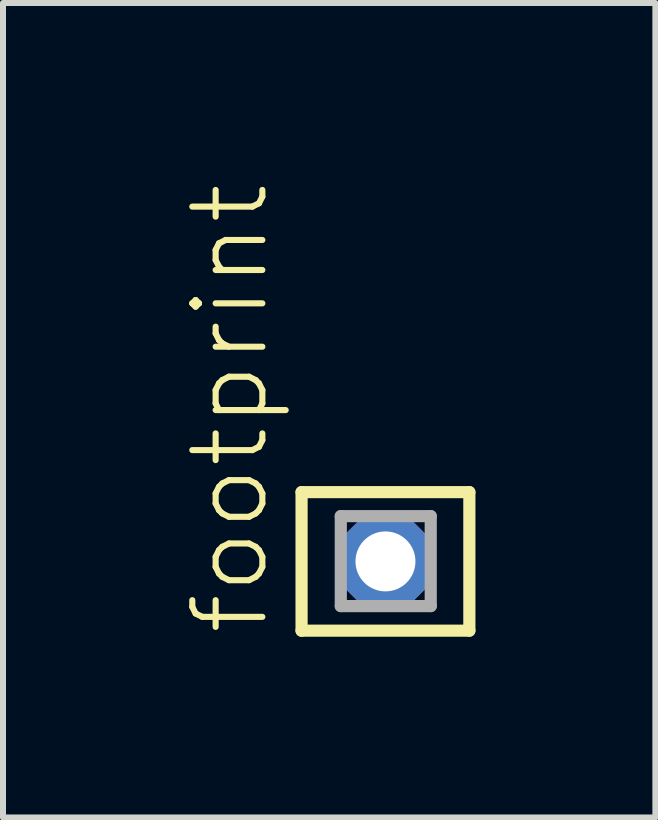
<source format=kicad_pcb>
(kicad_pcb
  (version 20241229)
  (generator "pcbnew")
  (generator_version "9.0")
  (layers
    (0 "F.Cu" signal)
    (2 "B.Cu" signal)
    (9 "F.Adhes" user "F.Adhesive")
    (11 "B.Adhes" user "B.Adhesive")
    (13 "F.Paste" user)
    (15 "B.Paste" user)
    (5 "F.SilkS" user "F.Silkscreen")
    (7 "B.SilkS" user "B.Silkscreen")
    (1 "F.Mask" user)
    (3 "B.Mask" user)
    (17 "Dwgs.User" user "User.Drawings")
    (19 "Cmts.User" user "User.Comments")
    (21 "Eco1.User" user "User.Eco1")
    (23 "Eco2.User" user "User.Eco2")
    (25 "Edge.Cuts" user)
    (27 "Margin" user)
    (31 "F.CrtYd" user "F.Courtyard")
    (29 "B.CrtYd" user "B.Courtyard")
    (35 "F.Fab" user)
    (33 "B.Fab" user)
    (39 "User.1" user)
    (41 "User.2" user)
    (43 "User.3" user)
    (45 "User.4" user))
  (footprint "footprint"
    (layer "F.Cu")
    (at 3.378 6.312)
    (property "Reference" "footprint" (at -1.905 1.27 90) (layer "F.SilkS") (effects (font (size 1.168 1.168) (thickness 0.102)) (justify left bottom)))
    (fp_line (start -1.399 -1.155) (end 1.399 -1.155) (stroke (width 0.203) (type solid)) (layer "F.SilkS"))
    (fp_line (start -1.399 1.155) (end -1.399 -1.155) (stroke (width 0.203) (type solid)) (layer "F.SilkS"))
    (fp_line (start 1.399 -1.155) (end 1.399 1.155) (stroke (width 0.203) (type solid)) (layer "F.SilkS"))
    (fp_line (start 1.399 1.155) (end -1.399 1.155) (stroke (width 0.203) (type solid)) (layer "F.SilkS"))
    (fp_line (start -0.745 -0.755) (end 0.755 -0.755) (stroke (width 0.203) (type solid)) (layer "F.Fab"))
    (fp_line (start -0.745 0.745) (end -0.745 -0.755) (stroke (width 0.203) (type solid)) (layer "F.Fab"))
    (fp_line (start 0.755 -0.755) (end 0.755 0.745) (stroke (width 0.203) (type solid)) (layer "F.Fab"))
    (fp_line (start 0.755 0.745) (end -0.745 0.745) (stroke (width 0.203) (type solid)) (layer "F.Fab"))
    (pad "1" thru_hole roundrect (at 0 0) (size 1.5 1.5) (drill 1) (layers "*.Cu" "*.Mask") (roundrect_rratio 0.25) (chamfer_ratio 0.25) (chamfer top_left top_right bottom_left bottom_right)))
  (gr_rect
    (start -3 -3)
    (end 7.879 10.582)
    (stroke (width 0.1) (type default))
    (fill no)
    (layer "Edge.Cuts")))
</source>
